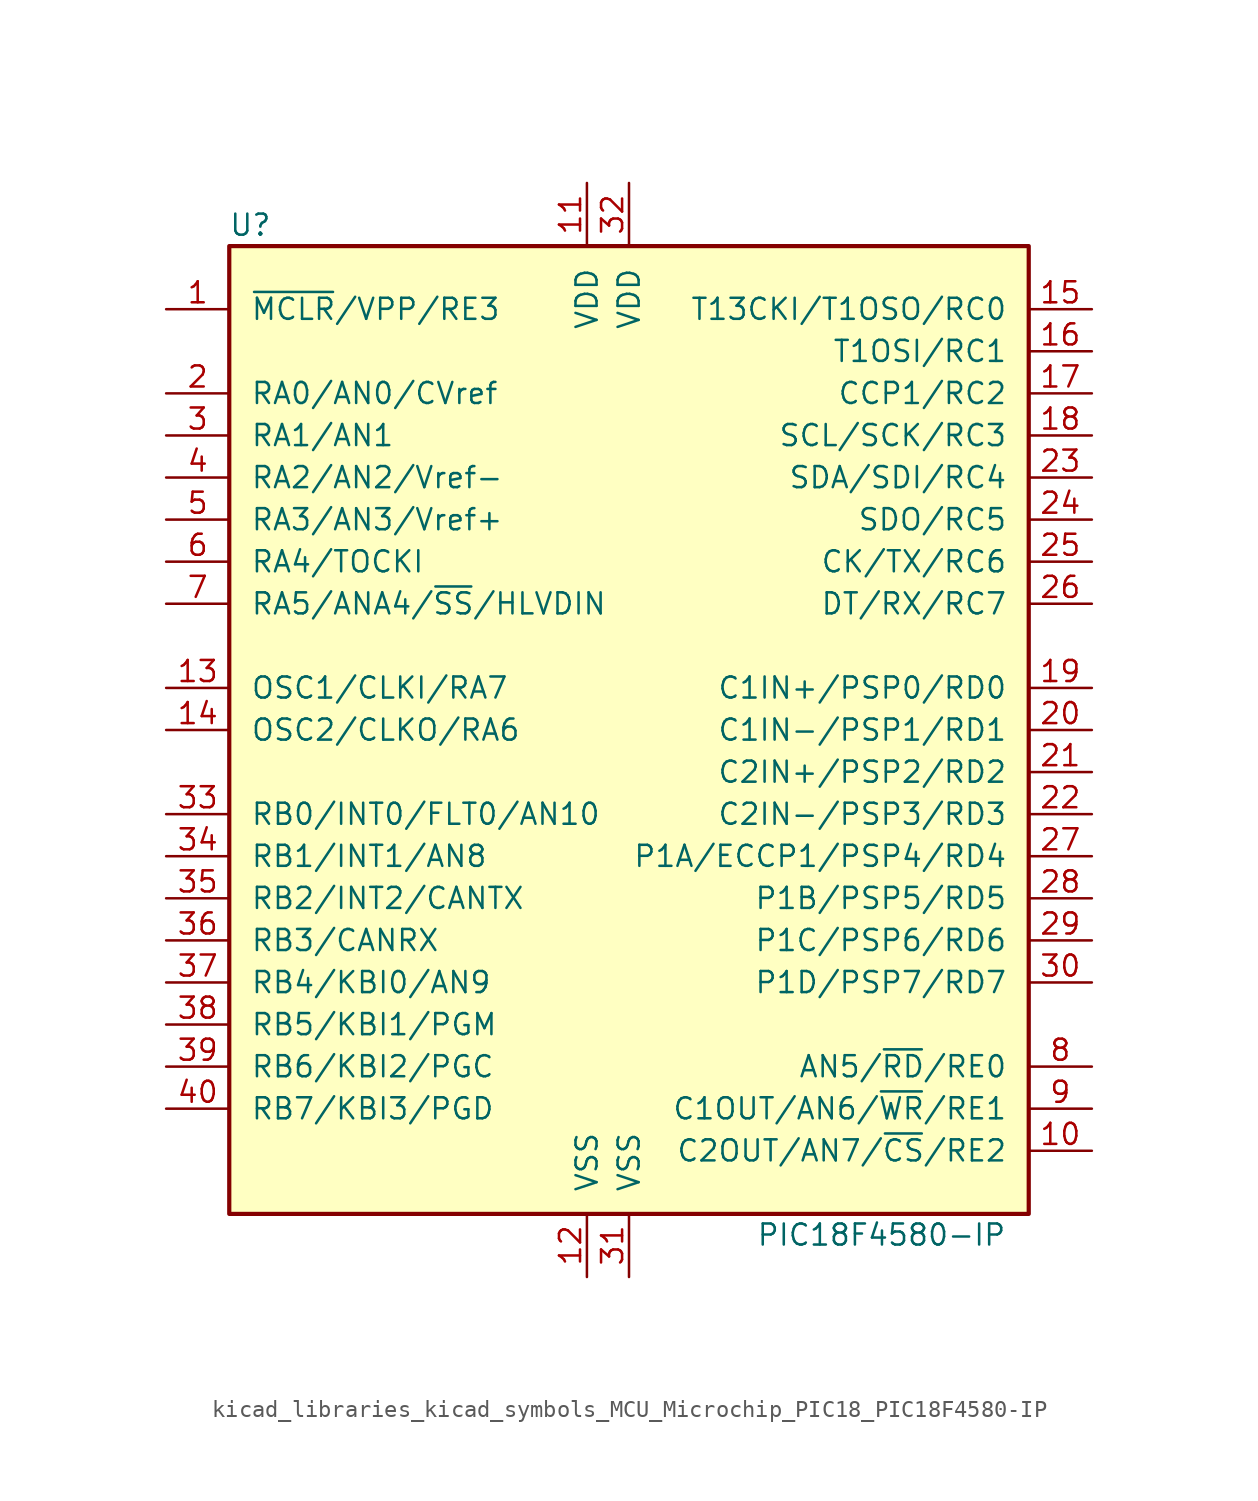
<source format=kicad_sym>
(kicad_symbol_lib
  (version 20220914)
  (generator kicad_symbol_editor)
  (symbol "kicad_libraries_kicad_symbols_MCU_Microchip_PIC18_PIC18F4580-IP"
    (pin_names
      (offset 1.27))
    (property "Reference" "U"
      (at -22.86 30.48 0)
      (effects (font (size 1.27 1.27))))
    (property "Value" "PIC18F4580-IP"
      (at 15.24 -30.48 0)
      (effects (font (size 1.27 1.27))))
    (symbol "kicad_libraries_kicad_symbols_MCU_Microchip_PIC18_PIC18F4580-IP_0_1"
      (rectangle (start -24.13 -29.21) (end 24.13 29.21) (stroke (width 0.254) (type default)) (fill (type background))))
    (symbol "kicad_libraries_kicad_symbols_MCU_Microchip_PIC18_PIC18F4580-IP_1_1"
      (pin input line (at -27.94 25.4 0) (length 3.81) (name "~{MCLR}/VPP/RE3" (effects (font (size 1.27 1.27)))) (number "1" (effects (font (size 1.27 1.27)))))
      (pin bidirectional line (at 27.94 -25.4 180) (length 3.81) (name "C2OUT/AN7/~{CS}/RE2" (effects (font (size 1.27 1.27)))) (number "10" (effects (font (size 1.27 1.27)))))
      (pin power_in line (at -2.54 33.02 270) (length 3.81) (name "VDD" (effects (font (size 1.27 1.27)))) (number "11" (effects (font (size 1.27 1.27)))))
      (pin power_in line (at -2.54 -33.02 90) (length 3.81) (name "VSS" (effects (font (size 1.27 1.27)))) (number "12" (effects (font (size 1.27 1.27)))))
      (pin input line (at -27.94 2.54 0) (length 3.81) (name "OSC1/CLKI/RA7" (effects (font (size 1.27 1.27)))) (number "13" (effects (font (size 1.27 1.27)))))
      (pin output line (at -27.94 0 0) (length 3.81) (name "OSC2/CLKO/RA6" (effects (font (size 1.27 1.27)))) (number "14" (effects (font (size 1.27 1.27)))))
      (pin bidirectional line (at 27.94 25.4 180) (length 3.81) (name "T13CKI/T1OSO/RC0" (effects (font (size 1.27 1.27)))) (number "15" (effects (font (size 1.27 1.27)))))
      (pin bidirectional line (at 27.94 22.86 180) (length 3.81) (name "T1OSI/RC1" (effects (font (size 1.27 1.27)))) (number "16" (effects (font (size 1.27 1.27)))))
      (pin bidirectional line (at 27.94 20.32 180) (length 3.81) (name "CCP1/RC2" (effects (font (size 1.27 1.27)))) (number "17" (effects (font (size 1.27 1.27)))))
      (pin bidirectional line (at 27.94 17.78 180) (length 3.81) (name "SCL/SCK/RC3" (effects (font (size 1.27 1.27)))) (number "18" (effects (font (size 1.27 1.27)))))
      (pin bidirectional line (at 27.94 2.54 180) (length 3.81) (name "C1IN+/PSP0/RD0" (effects (font (size 1.27 1.27)))) (number "19" (effects (font (size 1.27 1.27)))))
      (pin bidirectional line (at -27.94 20.32 0) (length 3.81) (name "RA0/AN0/CVref" (effects (font (size 1.27 1.27)))) (number "2" (effects (font (size 1.27 1.27)))))
      (pin bidirectional line (at 27.94 0 180) (length 3.81) (name "C1IN-/PSP1/RD1" (effects (font (size 1.27 1.27)))) (number "20" (effects (font (size 1.27 1.27)))))
      (pin bidirectional line (at 27.94 -2.54 180) (length 3.81) (name "C2IN+/PSP2/RD2" (effects (font (size 1.27 1.27)))) (number "21" (effects (font (size 1.27 1.27)))))
      (pin bidirectional line (at 27.94 -5.08 180) (length 3.81) (name "C2IN-/PSP3/RD3" (effects (font (size 1.27 1.27)))) (number "22" (effects (font (size 1.27 1.27)))))
      (pin bidirectional line (at 27.94 15.24 180) (length 3.81) (name "SDA/SDI/RC4" (effects (font (size 1.27 1.27)))) (number "23" (effects (font (size 1.27 1.27)))))
      (pin bidirectional line (at 27.94 12.7 180) (length 3.81) (name "SDO/RC5" (effects (font (size 1.27 1.27)))) (number "24" (effects (font (size 1.27 1.27)))))
      (pin bidirectional line (at 27.94 10.16 180) (length 3.81) (name "CK/TX/RC6" (effects (font (size 1.27 1.27)))) (number "25" (effects (font (size 1.27 1.27)))))
      (pin bidirectional line (at 27.94 7.62 180) (length 3.81) (name "DT/RX/RC7" (effects (font (size 1.27 1.27)))) (number "26" (effects (font (size 1.27 1.27)))))
      (pin bidirectional line (at 27.94 -7.62 180) (length 3.81) (name "P1A/ECCP1/PSP4/RD4" (effects (font (size 1.27 1.27)))) (number "27" (effects (font (size 1.27 1.27)))))
      (pin bidirectional line (at 27.94 -10.16 180) (length 3.81) (name "P1B/PSP5/RD5" (effects (font (size 1.27 1.27)))) (number "28" (effects (font (size 1.27 1.27)))))
      (pin bidirectional line (at 27.94 -12.7 180) (length 3.81) (name "P1C/PSP6/RD6" (effects (font (size 1.27 1.27)))) (number "29" (effects (font (size 1.27 1.27)))))
      (pin bidirectional line (at -27.94 17.78 0) (length 3.81) (name "RA1/AN1" (effects (font (size 1.27 1.27)))) (number "3" (effects (font (size 1.27 1.27)))))
      (pin bidirectional line (at 27.94 -15.24 180) (length 3.81) (name "P1D/PSP7/RD7" (effects (font (size 1.27 1.27)))) (number "30" (effects (font (size 1.27 1.27)))))
      (pin power_in line (at 0 -33.02 90) (length 3.81) (name "VSS" (effects (font (size 1.27 1.27)))) (number "31" (effects (font (size 1.27 1.27)))))
      (pin power_in line (at 0 33.02 270) (length 3.81) (name "VDD" (effects (font (size 1.27 1.27)))) (number "32" (effects (font (size 1.27 1.27)))))
      (pin bidirectional line (at -27.94 -5.08 0) (length 3.81) (name "RB0/INT0/FLT0/AN10" (effects (font (size 1.27 1.27)))) (number "33" (effects (font (size 1.27 1.27)))))
      (pin bidirectional line (at -27.94 -7.62 0) (length 3.81) (name "RB1/INT1/AN8" (effects (font (size 1.27 1.27)))) (number "34" (effects (font (size 1.27 1.27)))))
      (pin bidirectional line (at -27.94 -10.16 0) (length 3.81) (name "RB2/INT2/CANTX" (effects (font (size 1.27 1.27)))) (number "35" (effects (font (size 1.27 1.27)))))
      (pin bidirectional line (at -27.94 -12.7 0) (length 3.81) (name "RB3/CANRX" (effects (font (size 1.27 1.27)))) (number "36" (effects (font (size 1.27 1.27)))))
      (pin bidirectional line (at -27.94 -15.24 0) (length 3.81) (name "RB4/KBI0/AN9" (effects (font (size 1.27 1.27)))) (number "37" (effects (font (size 1.27 1.27)))))
      (pin bidirectional line (at -27.94 -17.78 0) (length 3.81) (name "RB5/KBI1/PGM" (effects (font (size 1.27 1.27)))) (number "38" (effects (font (size 1.27 1.27)))))
      (pin bidirectional line (at -27.94 -20.32 0) (length 3.81) (name "RB6/KBI2/PGC" (effects (font (size 1.27 1.27)))) (number "39" (effects (font (size 1.27 1.27)))))
      (pin bidirectional line (at -27.94 15.24 0) (length 3.81) (name "RA2/AN2/Vref-" (effects (font (size 1.27 1.27)))) (number "4" (effects (font (size 1.27 1.27)))))
      (pin bidirectional line (at -27.94 -22.86 0) (length 3.81) (name "RB7/KBI3/PGD" (effects (font (size 1.27 1.27)))) (number "40" (effects (font (size 1.27 1.27)))))
      (pin bidirectional line (at -27.94 12.7 0) (length 3.81) (name "RA3/AN3/Vref+" (effects (font (size 1.27 1.27)))) (number "5" (effects (font (size 1.27 1.27)))))
      (pin bidirectional line (at -27.94 10.16 0) (length 3.81) (name "RA4/TOCKI" (effects (font (size 1.27 1.27)))) (number "6" (effects (font (size 1.27 1.27)))))
      (pin bidirectional line (at -27.94 7.62 0) (length 3.81) (name "RA5/ANA4/~{SS}/HLVDIN" (effects (font (size 1.27 1.27)))) (number "7" (effects (font (size 1.27 1.27)))))
      (pin bidirectional line (at 27.94 -20.32 180) (length 3.81) (name "AN5/~{RD}/RE0" (effects (font (size 1.27 1.27)))) (number "8" (effects (font (size 1.27 1.27)))))
      (pin bidirectional line (at 27.94 -22.86 180) (length 3.81) (name "C1OUT/AN6/~{WR}/RE1" (effects (font (size 1.27 1.27)))) (number "9" (effects (font (size 1.27 1.27))))))))
</source>
